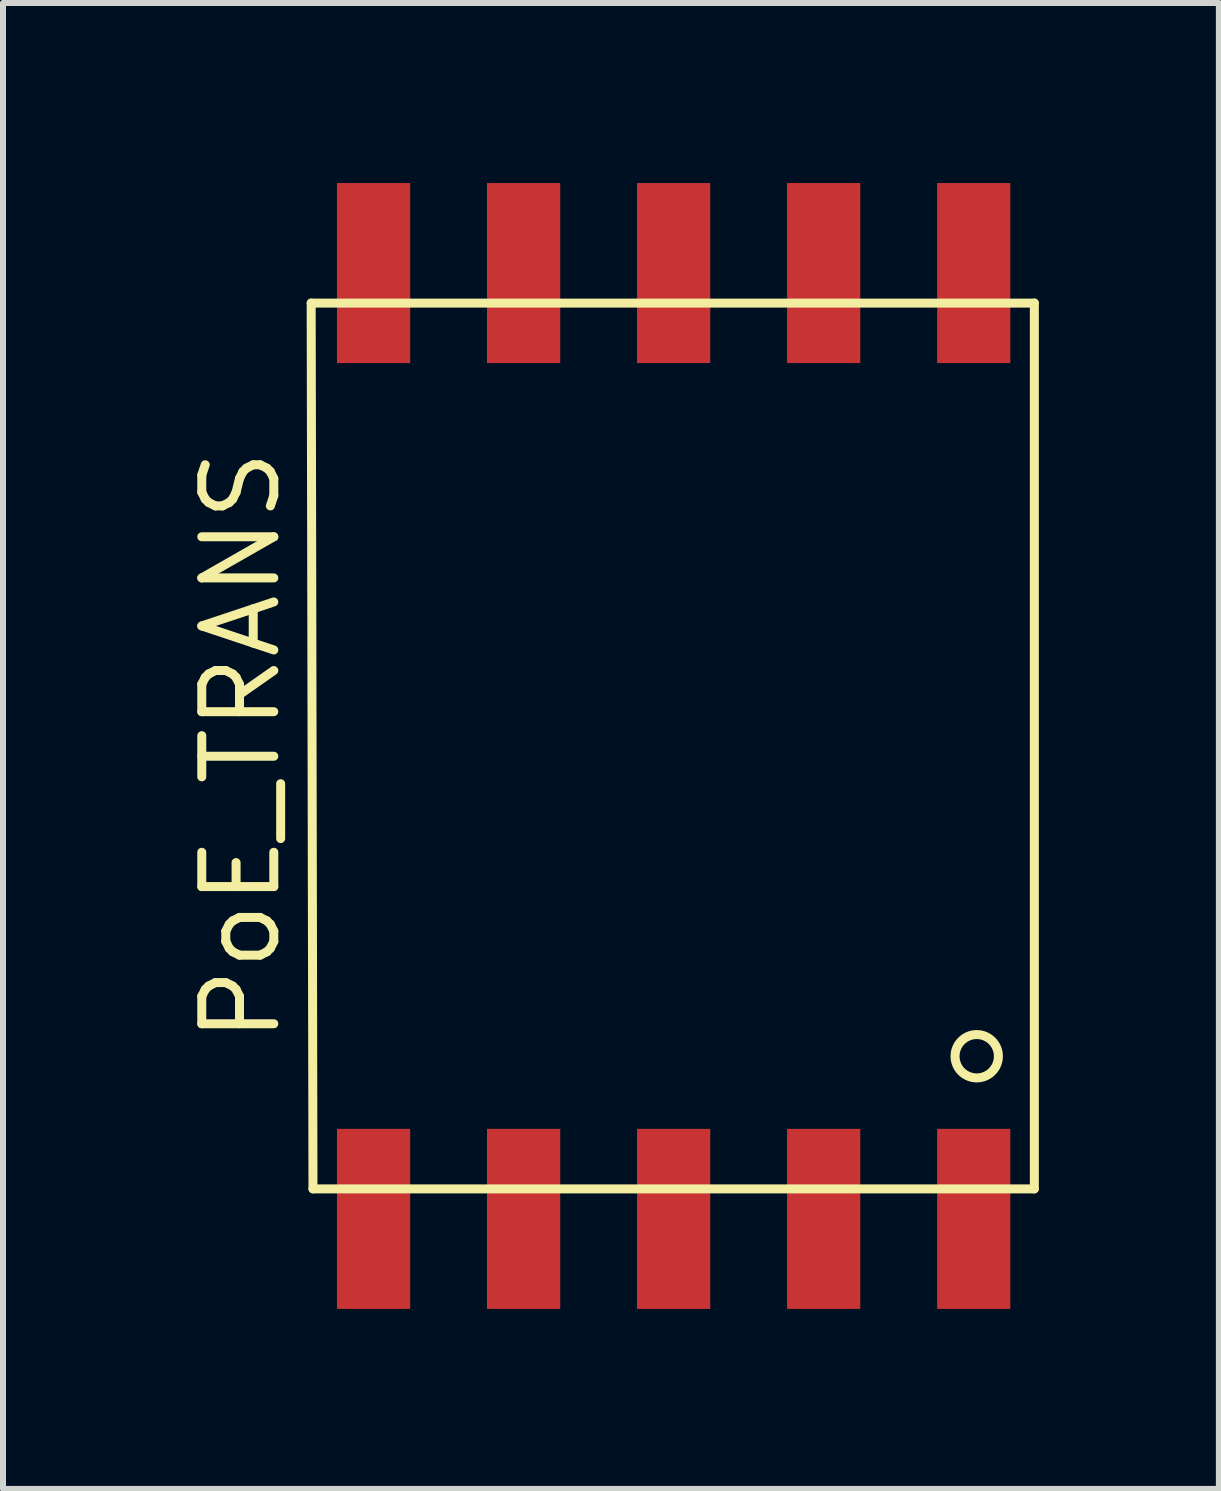
<source format=kicad_pcb>
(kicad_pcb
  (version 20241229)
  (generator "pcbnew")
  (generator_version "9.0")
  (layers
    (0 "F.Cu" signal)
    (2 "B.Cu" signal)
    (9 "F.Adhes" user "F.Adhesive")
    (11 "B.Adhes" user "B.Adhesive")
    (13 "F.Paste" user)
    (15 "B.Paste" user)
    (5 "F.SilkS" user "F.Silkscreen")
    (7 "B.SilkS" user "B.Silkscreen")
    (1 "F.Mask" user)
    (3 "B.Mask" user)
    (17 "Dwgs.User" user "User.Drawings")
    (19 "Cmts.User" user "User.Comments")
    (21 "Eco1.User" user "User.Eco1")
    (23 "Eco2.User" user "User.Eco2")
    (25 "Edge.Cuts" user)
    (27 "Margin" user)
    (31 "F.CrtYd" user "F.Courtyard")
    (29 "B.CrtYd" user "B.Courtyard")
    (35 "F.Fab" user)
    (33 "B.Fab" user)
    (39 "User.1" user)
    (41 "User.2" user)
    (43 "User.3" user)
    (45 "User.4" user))
  (footprint "PoE_TRANS"
    (layer "F.Cu")
    (at 8.175 9.38)
    (property "Reference" "PoE_TRANS" (at -7.21 0 90) (layer "F.SilkS") (effects (font (size 1.2 1.2) (thickness 0.15))))
    (attr through_hole)
    (fp_line (start -6.04 -7.38) (end -6.01 7.38) (stroke (width 0.15) (type solid)) (layer "F.SilkS"))
    (fp_line (start -6.01 7.38) (end 6.01 7.38) (stroke (width 0.15) (type solid)) (layer "F.SilkS"))
    (fp_line (start 6.01 -7.38) (end -6.04 -7.38) (stroke (width 0.15) (type solid)) (layer "F.SilkS"))
    (fp_line (start 6.01 7.38) (end 6.01 -7.38) (stroke (width 0.15) (type solid)) (layer "F.SilkS"))
    (fp_circle (center 5.05 5.17) (end 5.32 5.41) (stroke (width 0.15) (type solid)) (fill no) (layer "F.SilkS"))
    (pad "1" smd rect (at 5 7.88) (size 1.22 3) (layers "F.Cu" "F.Mask" "F.Paste"))
    (pad "2" smd rect (at 2.5 7.88) (size 1.22 3) (layers "F.Cu" "F.Mask" "F.Paste"))
    (pad "3" smd rect (at 0 7.88) (size 1.22 3) (layers "F.Cu" "F.Mask" "F.Paste"))
    (pad "4" smd rect (at -2.5 7.88) (size 1.22 3) (layers "F.Cu" "F.Mask" "F.Paste"))
    (pad "5" smd rect (at -5 7.88) (size 1.22 3) (layers "F.Cu" "F.Mask" "F.Paste"))
    (pad "6" smd rect (at -5 -7.88) (size 1.22 3) (layers "F.Cu" "F.Mask" "F.Paste"))
    (pad "7" smd rect (at -2.5 -7.88) (size 1.22 3) (layers "F.Cu" "F.Mask" "F.Paste"))
    (pad "8" smd rect (at 0 -7.88) (size 1.22 3) (layers "F.Cu" "F.Mask" "F.Paste"))
    (pad "9" smd rect (at 2.5 -7.88) (size 1.22 3) (layers "F.Cu" "F.Mask" "F.Paste"))
    (pad "10" smd rect (at 5 -7.88) (size 1.22 3) (layers "F.Cu" "F.Mask" "F.Paste")))
  (gr_rect
    (start -3 -3)
    (end 17.26 21.76)
    (stroke (width 0.1) (type default))
    (fill no)
    (layer "Edge.Cuts")))
</source>
